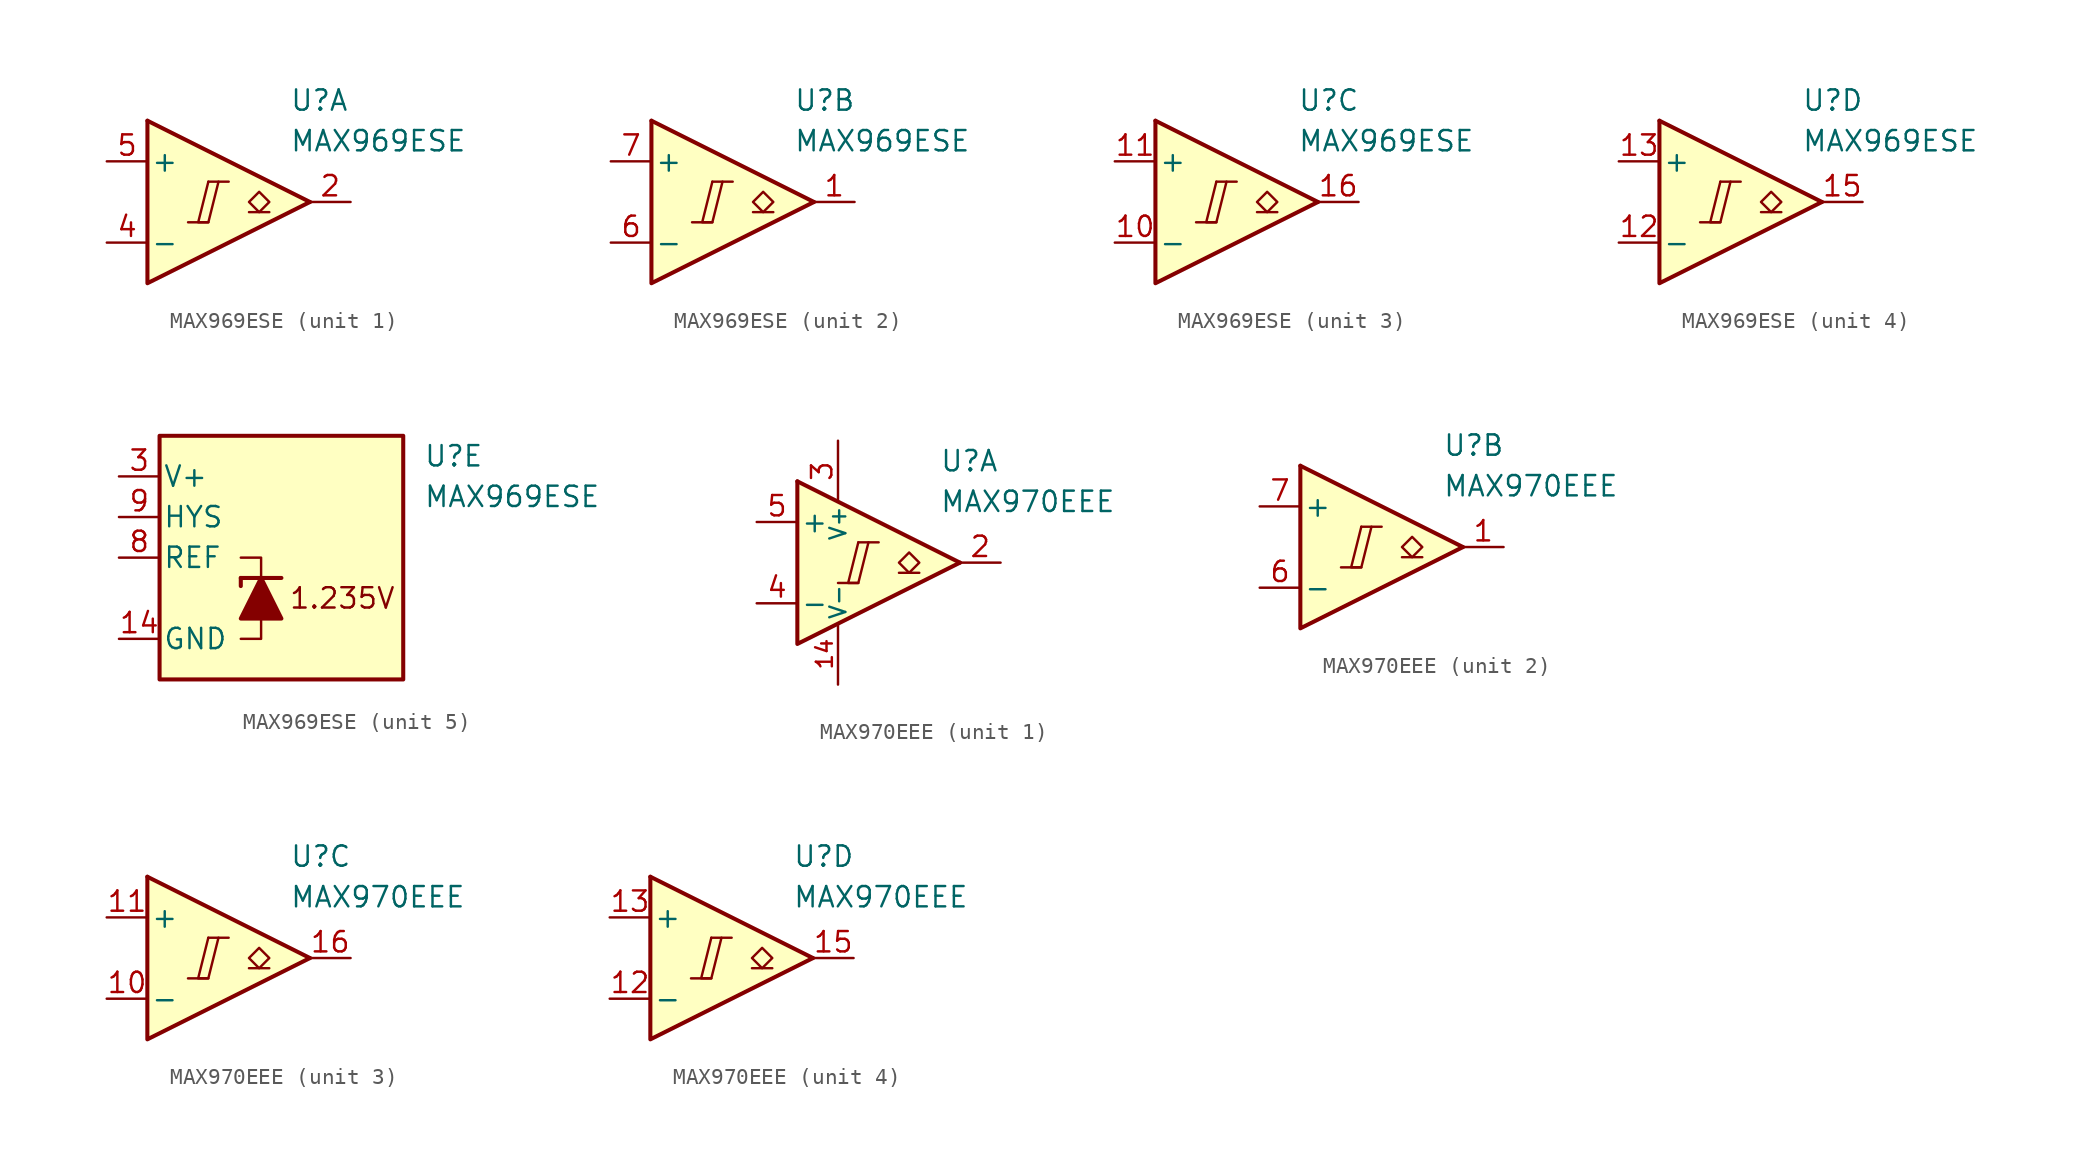
<source format=kicad_sym>
(kicad_symbol_lib
  (version 20231120)
  (generator "kicad_symbol_editor")
  (generator_version "8.0")
  (symbol "MAX969ESE"
    (pin_names
      (offset 0.2))
    (property "Reference" "U"
      (at 5.08 6.35 0)
      (effects (font (size 1.27 1.27)) (justify left)))
    (property "Value" "MAX969ESE"
      (at 5.08 3.81 0)
      (effects (font (size 1.27 1.27)) (justify left)))
    (property "ki_locked" ""
      (at 0 0 0)
      (effects (font (size 1.27 1.27))))
    (symbol "MAX969ESE_1_0"
      (polyline (pts (xy -1.27 -1.27) (xy 0 -1.27)) (stroke (width 0.152) (type default)) (fill (type none)))
      (polyline (pts (xy 0 1.27) (xy 1.27 1.27)) (stroke (width 0.152) (type default)) (fill (type none)))
      (polyline (pts (xy 0 1.27) (xy -0.635 -1.27) (xy 0 -1.27) (xy 0.635 1.27)) (stroke (width 0.152) (type default)) (fill (type none))))
    (symbol "MAX969ESE_1_1"
      (polyline (pts (xy -3.81 5.08) (xy 6.35 0)) (stroke (width 0.254) (type default)) (fill (type none)))
      (polyline (pts (xy 3.81 -0.635) (xy 2.54 -0.635)) (stroke (width 0.152) (type default)) (fill (type none)))
      (polyline (pts (xy -3.81 5.08) (xy -3.81 -5.08) (xy 6.35 0)) (stroke (width 0.254) (type default)) (fill (type background)))
      (polyline (pts (xy 3.175 -0.635) (xy 2.54 0) (xy 3.175 0.635) (xy 3.81 0) (xy 3.175 -0.635)) (stroke (width 0.152) (type default)) (fill (type none)))
      (pin output line (at 8.89 0 180) (length 2.54) (name "~" (effects (font (size 1.27 1.27)))) (number "2" (effects (font (size 1.27 1.27)))))
      (pin input line (at -6.35 -2.54 0) (length 2.54) (name "-" (effects (font (size 1.27 1.27)))) (number "4" (effects (font (size 1.27 1.27)))))
      (pin input line (at -6.35 2.54 0) (length 2.54) (name "+" (effects (font (size 1.27 1.27)))) (number "5" (effects (font (size 1.27 1.27))))))
    (symbol "MAX969ESE_2_0"
      (polyline (pts (xy -1.27 -1.27) (xy 0 -1.27)) (stroke (width 0.152) (type default)) (fill (type none)))
      (polyline (pts (xy 0 1.27) (xy 1.27 1.27)) (stroke (width 0.152) (type default)) (fill (type none)))
      (polyline (pts (xy 0 1.27) (xy -0.635 -1.27) (xy 0 -1.27) (xy 0.635 1.27)) (stroke (width 0.152) (type default)) (fill (type none))))
    (symbol "MAX969ESE_2_1"
      (polyline (pts (xy -3.81 5.08) (xy 6.35 0)) (stroke (width 0.254) (type default)) (fill (type none)))
      (polyline (pts (xy 3.81 -0.635) (xy 2.54 -0.635)) (stroke (width 0.152) (type default)) (fill (type none)))
      (polyline (pts (xy -3.81 5.08) (xy -3.81 -5.08) (xy 6.35 0)) (stroke (width 0.254) (type default)) (fill (type background)))
      (polyline (pts (xy 3.175 -0.635) (xy 2.54 0) (xy 3.175 0.635) (xy 3.81 0) (xy 3.175 -0.635)) (stroke (width 0.152) (type default)) (fill (type none)))
      (pin output line (at 8.89 0 180) (length 2.54) (name "~" (effects (font (size 1.27 1.27)))) (number "1" (effects (font (size 1.27 1.27)))))
      (pin input line (at -6.35 -2.54 0) (length 2.54) (name "-" (effects (font (size 1.27 1.27)))) (number "6" (effects (font (size 1.27 1.27)))))
      (pin input line (at -6.35 2.54 0) (length 2.54) (name "+" (effects (font (size 1.27 1.27)))) (number "7" (effects (font (size 1.27 1.27))))))
    (symbol "MAX969ESE_3_0"
      (polyline (pts (xy -1.27 -1.27) (xy 0 -1.27)) (stroke (width 0.152) (type default)) (fill (type none)))
      (polyline (pts (xy 0 1.27) (xy 1.27 1.27)) (stroke (width 0.152) (type default)) (fill (type none)))
      (polyline (pts (xy 0 1.27) (xy -0.635 -1.27) (xy 0 -1.27) (xy 0.635 1.27)) (stroke (width 0.152) (type default)) (fill (type none))))
    (symbol "MAX969ESE_3_1"
      (polyline (pts (xy -3.81 5.08) (xy 6.35 0)) (stroke (width 0.254) (type default)) (fill (type none)))
      (polyline (pts (xy 3.81 -0.635) (xy 2.54 -0.635)) (stroke (width 0.152) (type default)) (fill (type none)))
      (polyline (pts (xy -3.81 5.08) (xy -3.81 -5.08) (xy 6.35 0)) (stroke (width 0.254) (type default)) (fill (type background)))
      (polyline (pts (xy 3.175 -0.635) (xy 2.54 0) (xy 3.175 0.635) (xy 3.81 0) (xy 3.175 -0.635)) (stroke (width 0.152) (type default)) (fill (type none)))
      (pin input line (at -6.35 -2.54 0) (length 2.54) (name "-" (effects (font (size 1.27 1.27)))) (number "10" (effects (font (size 1.27 1.27)))))
      (pin input line (at -6.35 2.54 0) (length 2.54) (name "+" (effects (font (size 1.27 1.27)))) (number "11" (effects (font (size 1.27 1.27)))))
      (pin output line (at 8.89 0 180) (length 2.54) (name "~" (effects (font (size 1.27 1.27)))) (number "16" (effects (font (size 1.27 1.27))))))
    (symbol "MAX969ESE_4_0"
      (polyline (pts (xy -1.27 -1.27) (xy 0 -1.27)) (stroke (width 0.152) (type default)) (fill (type none)))
      (polyline (pts (xy 0 1.27) (xy 1.27 1.27)) (stroke (width 0.152) (type default)) (fill (type none)))
      (polyline (pts (xy 0 1.27) (xy -0.635 -1.27) (xy 0 -1.27) (xy 0.635 1.27)) (stroke (width 0.152) (type default)) (fill (type none))))
    (symbol "MAX969ESE_4_1"
      (polyline (pts (xy -3.81 5.08) (xy 6.35 0)) (stroke (width 0.254) (type default)) (fill (type none)))
      (polyline (pts (xy 3.81 -0.635) (xy 2.54 -0.635)) (stroke (width 0.152) (type default)) (fill (type none)))
      (polyline (pts (xy -3.81 5.08) (xy -3.81 -5.08) (xy 6.35 0)) (stroke (width 0.254) (type default)) (fill (type background)))
      (polyline (pts (xy 3.175 -0.635) (xy 2.54 0) (xy 3.175 0.635) (xy 3.81 0) (xy 3.175 -0.635)) (stroke (width 0.152) (type default)) (fill (type none)))
      (pin input line (at -6.35 -2.54 0) (length 2.54) (name "-" (effects (font (size 1.27 1.27)))) (number "12" (effects (font (size 1.27 1.27)))))
      (pin input line (at -6.35 2.54 0) (length 2.54) (name "+" (effects (font (size 1.27 1.27)))) (number "13" (effects (font (size 1.27 1.27)))))
      (pin output line (at 8.89 0 180) (length 2.54) (name "~" (effects (font (size 1.27 1.27)))) (number "15" (effects (font (size 1.27 1.27))))))
    (symbol "MAX969ESE_5_0"
      (text "1.235V" (at 0 -2.54 0) (effects (font (size 1.27 1.27)))))
    (symbol "MAX969ESE_5_1"
      (rectangle (start -11.43 7.62) (end 3.81 -7.62) (stroke (width 0.254) (type default)) (fill (type background)))
      (polyline (pts (xy -6.35 -1.27) (xy -6.35 -1.778)) (stroke (width 0.254) (type default)) (fill (type none)))
      (polyline (pts (xy -6.35 -1.27) (xy -3.81 -1.27)) (stroke (width 0.254) (type default)) (fill (type none)))
      (polyline (pts (xy -5.08 -3.81) (xy -5.08 -5.08) (xy -6.35 -5.08)) (stroke (width 0) (type default)) (fill (type none)))
      (polyline (pts (xy -5.08 -1.27) (xy -5.08 0) (xy -6.35 0)) (stroke (width 0) (type default)) (fill (type none)))
      (polyline (pts (xy -3.81 -3.81) (xy -6.35 -3.81) (xy -5.08 -1.27) (xy -3.81 -3.81)) (stroke (width 0.254) (type default)) (fill (type outline)))
      (pin power_in line (at -13.97 -5.08 0) (length 2.54) (name "GND" (effects (font (size 1.27 1.27)))) (number "14" (effects (font (size 1.27 1.27)))))
      (pin power_in line (at -13.97 5.08 0) (length 2.54) (name "V+" (effects (font (size 1.27 1.27)))) (number "3" (effects (font (size 1.27 1.27)))))
      (pin output line (at -13.97 0 0) (length 2.54) (name "REF" (effects (font (size 1.27 1.27)))) (number "8" (effects (font (size 1.27 1.27)))))
      (pin input line (at -13.97 2.54 0) (length 2.54) (name "HYS" (effects (font (size 1.27 1.27)))) (number "9" (effects (font (size 1.27 1.27)))))))
  (symbol "MAX970EEE"
    (pin_names
      (offset 0.2))
    (property "Reference" "U"
      (at 5.08 6.35 0)
      (effects (font (size 1.27 1.27)) (justify left)))
    (property "Value" "MAX970EEE"
      (at 5.08 3.81 0)
      (effects (font (size 1.27 1.27)) (justify left)))
    (property "ki_locked" ""
      (at 0 0 0)
      (effects (font (size 1.27 1.27))))
    (symbol "MAX970EEE_1_0"
      (polyline (pts (xy -1.27 -1.27) (xy 0 -1.27)) (stroke (width 0.152) (type default)) (fill (type none)))
      (polyline (pts (xy 0 1.27) (xy 1.27 1.27)) (stroke (width 0.152) (type default)) (fill (type none)))
      (polyline (pts (xy 0 1.27) (xy -0.635 -1.27) (xy 0 -1.27) (xy 0.635 1.27)) (stroke (width 0.152) (type default)) (fill (type none))))
    (symbol "MAX970EEE_1_1"
      (polyline (pts (xy -3.81 5.08) (xy 6.35 0)) (stroke (width 0.254) (type default)) (fill (type none)))
      (polyline (pts (xy 3.81 -0.635) (xy 2.54 -0.635)) (stroke (width 0.152) (type default)) (fill (type none)))
      (polyline (pts (xy -3.81 5.08) (xy -3.81 -5.08) (xy 6.35 0)) (stroke (width 0.254) (type default)) (fill (type background)))
      (polyline (pts (xy 3.175 -0.635) (xy 2.54 0) (xy 3.175 0.635) (xy 3.81 0) (xy 3.175 -0.635)) (stroke (width 0.152) (type default)) (fill (type none)))
      (pin power_in line (at -1.27 -7.62 90) (length 3.81) (name "V-" (effects (font (size 1 1)))) (number "14" (effects (font (size 1 1)))))
      (pin output line (at 8.89 0 180) (length 2.54) (name "~" (effects (font (size 1.27 1.27)))) (number "2" (effects (font (size 1.27 1.27)))))
      (pin power_in line (at -1.27 7.62 270) (length 3.81) (name "V+" (effects (font (size 1 1)))) (number "3" (effects (font (size 1.27 1.27)))))
      (pin input line (at -6.35 -2.54 0) (length 2.54) (name "-" (effects (font (size 1.27 1.27)))) (number "4" (effects (font (size 1.27 1.27)))))
      (pin input line (at -6.35 2.54 0) (length 2.54) (name "+" (effects (font (size 1.27 1.27)))) (number "5" (effects (font (size 1.27 1.27)))))
      (pin free line (at -2.54 1.27 0) (length 2.54) hide (name "NC" (effects (font (size 1.27 1.27)))) (number "8" (effects (font (size 1.27 1.27)))))
      (pin free line (at -2.54 -1.27 0) (length 2.54) hide (name "NC" (effects (font (size 1.27 1.27)))) (number "9" (effects (font (size 1.27 1.27))))))
    (symbol "MAX970EEE_2_0"
      (polyline (pts (xy -1.27 -1.27) (xy 0 -1.27)) (stroke (width 0.152) (type default)) (fill (type none)))
      (polyline (pts (xy 0 1.27) (xy 1.27 1.27)) (stroke (width 0.152) (type default)) (fill (type none)))
      (polyline (pts (xy 0 1.27) (xy -0.635 -1.27) (xy 0 -1.27) (xy 0.635 1.27)) (stroke (width 0.152) (type default)) (fill (type none))))
    (symbol "MAX970EEE_2_1"
      (polyline (pts (xy -3.81 5.08) (xy 6.35 0)) (stroke (width 0.254) (type default)) (fill (type none)))
      (polyline (pts (xy 3.81 -0.635) (xy 2.54 -0.635)) (stroke (width 0.152) (type default)) (fill (type none)))
      (polyline (pts (xy -3.81 5.08) (xy -3.81 -5.08) (xy 6.35 0)) (stroke (width 0.254) (type default)) (fill (type background)))
      (polyline (pts (xy 3.175 -0.635) (xy 2.54 0) (xy 3.175 0.635) (xy 3.81 0) (xy 3.175 -0.635)) (stroke (width 0.152) (type default)) (fill (type none)))
      (pin output line (at 8.89 0 180) (length 2.54) (name "~" (effects (font (size 1.27 1.27)))) (number "1" (effects (font (size 1.27 1.27)))))
      (pin input line (at -6.35 -2.54 0) (length 2.54) (name "-" (effects (font (size 1.27 1.27)))) (number "6" (effects (font (size 1.27 1.27)))))
      (pin input line (at -6.35 2.54 0) (length 2.54) (name "+" (effects (font (size 1.27 1.27)))) (number "7" (effects (font (size 1.27 1.27))))))
    (symbol "MAX970EEE_3_0"
      (polyline (pts (xy -1.27 -1.27) (xy 0 -1.27)) (stroke (width 0.152) (type default)) (fill (type none)))
      (polyline (pts (xy 0 1.27) (xy 1.27 1.27)) (stroke (width 0.152) (type default)) (fill (type none)))
      (polyline (pts (xy 0 1.27) (xy -0.635 -1.27) (xy 0 -1.27) (xy 0.635 1.27)) (stroke (width 0.152) (type default)) (fill (type none))))
    (symbol "MAX970EEE_3_1"
      (polyline (pts (xy -3.81 5.08) (xy 6.35 0)) (stroke (width 0.254) (type default)) (fill (type none)))
      (polyline (pts (xy 3.81 -0.635) (xy 2.54 -0.635)) (stroke (width 0.152) (type default)) (fill (type none)))
      (polyline (pts (xy -3.81 5.08) (xy -3.81 -5.08) (xy 6.35 0)) (stroke (width 0.254) (type default)) (fill (type background)))
      (polyline (pts (xy 3.175 -0.635) (xy 2.54 0) (xy 3.175 0.635) (xy 3.81 0) (xy 3.175 -0.635)) (stroke (width 0.152) (type default)) (fill (type none)))
      (pin input line (at -6.35 -2.54 0) (length 2.54) (name "-" (effects (font (size 1.27 1.27)))) (number "10" (effects (font (size 1.27 1.27)))))
      (pin input line (at -6.35 2.54 0) (length 2.54) (name "+" (effects (font (size 1.27 1.27)))) (number "11" (effects (font (size 1.27 1.27)))))
      (pin output line (at 8.89 0 180) (length 2.54) (name "~" (effects (font (size 1.27 1.27)))) (number "16" (effects (font (size 1.27 1.27))))))
    (symbol "MAX970EEE_4_0"
      (polyline (pts (xy -1.27 -1.27) (xy 0 -1.27)) (stroke (width 0.152) (type default)) (fill (type none)))
      (polyline (pts (xy 0 1.27) (xy 1.27 1.27)) (stroke (width 0.152) (type default)) (fill (type none)))
      (polyline (pts (xy 0 1.27) (xy -0.635 -1.27) (xy 0 -1.27) (xy 0.635 1.27)) (stroke (width 0.152) (type default)) (fill (type none))))
    (symbol "MAX970EEE_4_1"
      (polyline (pts (xy -3.81 5.08) (xy 6.35 0)) (stroke (width 0.254) (type default)) (fill (type none)))
      (polyline (pts (xy 3.81 -0.635) (xy 2.54 -0.635)) (stroke (width 0.152) (type default)) (fill (type none)))
      (polyline (pts (xy -3.81 5.08) (xy -3.81 -5.08) (xy 6.35 0)) (stroke (width 0.254) (type default)) (fill (type background)))
      (polyline (pts (xy 3.175 -0.635) (xy 2.54 0) (xy 3.175 0.635) (xy 3.81 0) (xy 3.175 -0.635)) (stroke (width 0.152) (type default)) (fill (type none)))
      (pin input line (at -6.35 -2.54 0) (length 2.54) (name "-" (effects (font (size 1.27 1.27)))) (number "12" (effects (font (size 1.27 1.27)))))
      (pin input line (at -6.35 2.54 0) (length 2.54) (name "+" (effects (font (size 1.27 1.27)))) (number "13" (effects (font (size 1.27 1.27)))))
      (pin output line (at 8.89 0 180) (length 2.54) (name "~" (effects (font (size 1.27 1.27)))) (number "15" (effects (font (size 1.27 1.27))))))))
</source>
